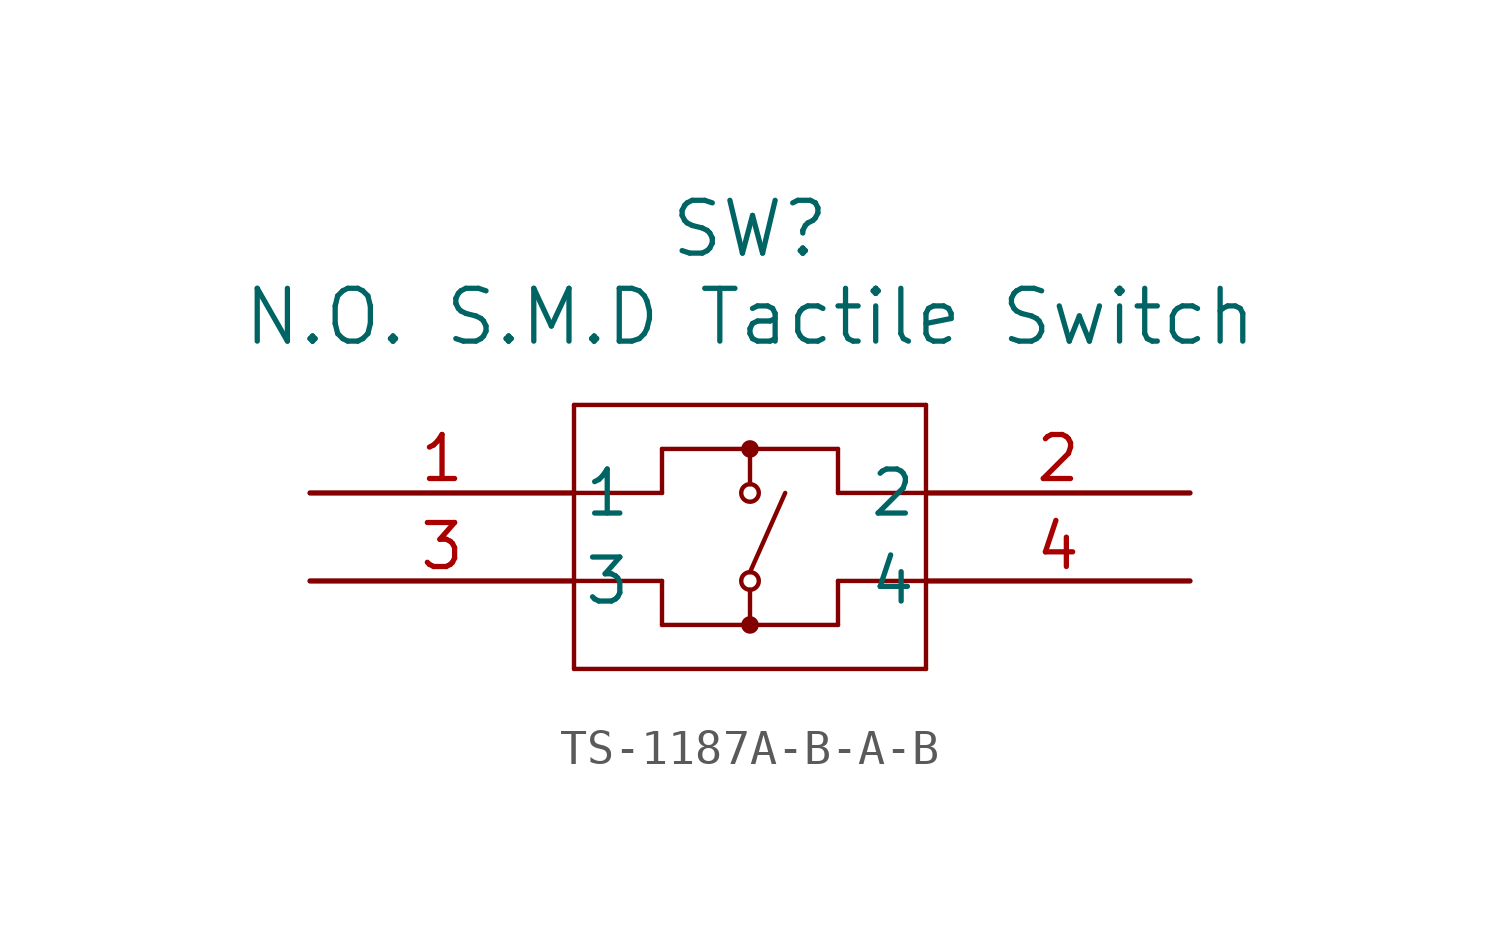
<source format=kicad_sym>
(kicad_symbol_lib
  (version 20231120)
  (generator "kicad_symbol_editor")
  (generator_version "8.0")
  (symbol "TS-1187A-B-A-B"
    (pin_names
      (offset 0.254))
    (property "Reference" "SW"
      (at 0 8.89 0)
      (effects (font (size 1.524 1.524))))
    (property "Value" "N.O. S.M.D Tactile Switch"
      (at 0 6.35 0)
      (effects (font (size 1.524 1.524))))
    (symbol "TS-1187A-B-A-B_0_1"
      (circle (center 0 -2.54) (radius 0.127) (stroke (width 0.254) (type default)) (fill (type none)))
      (circle (center 0 -1.27) (radius 0.254) (stroke (width 0.127) (type default)) (fill (type none)))
      (polyline (pts (xy -5.08 -3.81) (xy 5.08 -3.81)) (stroke (width 0.127) (type default)) (fill (type none)))
      (polyline (pts (xy -5.08 1.27) (xy -2.54 1.27)) (stroke (width 0.127) (type default)) (fill (type none)))
      (polyline (pts (xy -5.08 3.81) (xy -5.08 -3.81)) (stroke (width 0.127) (type default)) (fill (type none)))
      (polyline (pts (xy -2.54 -2.54) (xy -2.54 -1.27)) (stroke (width 0.127) (type default)) (fill (type none)))
      (polyline (pts (xy -2.54 -1.27) (xy -5.08 -1.27)) (stroke (width 0.127) (type default)) (fill (type none)))
      (polyline (pts (xy -2.54 1.27) (xy -2.54 2.54)) (stroke (width 0.127) (type default)) (fill (type none)))
      (polyline (pts (xy -2.54 2.54) (xy 2.54 2.54)) (stroke (width 0.127) (type default)) (fill (type none)))
      (polyline (pts (xy 0 -1.524) (xy 0 -2.54)) (stroke (width 0.127) (type default)) (fill (type none)))
      (polyline (pts (xy 0 2.54) (xy 0 1.524)) (stroke (width 0.127) (type default)) (fill (type none)))
      (polyline (pts (xy 1.016 1.27) (xy 0 -1.016)) (stroke (width 0.127) (type default)) (fill (type none)))
      (polyline (pts (xy 2.54 -2.54) (xy -2.54 -2.54)) (stroke (width 0.127) (type default)) (fill (type none)))
      (polyline (pts (xy 2.54 -1.27) (xy 2.54 -2.54)) (stroke (width 0.127) (type default)) (fill (type none)))
      (polyline (pts (xy 2.54 1.27) (xy 5.08 1.27)) (stroke (width 0.127) (type default)) (fill (type none)))
      (polyline (pts (xy 2.54 2.54) (xy 2.54 1.27)) (stroke (width 0.127) (type default)) (fill (type none)))
      (polyline (pts (xy 5.08 -3.81) (xy 5.08 3.81)) (stroke (width 0.127) (type default)) (fill (type none)))
      (polyline (pts (xy 5.08 -1.27) (xy 2.54 -1.27)) (stroke (width 0.127) (type default)) (fill (type none)))
      (polyline (pts (xy 5.08 3.81) (xy -5.08 3.81)) (stroke (width 0.127) (type default)) (fill (type none)))
      (circle (center 0 1.27) (radius 0.254) (stroke (width 0.127) (type default)) (fill (type none)))
      (circle (center 0 2.54) (radius 0.127) (stroke (width 0.254) (type default)) (fill (type none)))
      (pin passive line (at -12.7 1.27 0) (length 7.62) (name "1" (effects (font (size 1.27 1.27)))) (number "1" (effects (font (size 1.27 1.27)))))
      (pin passive line (at 12.7 1.27 180) (length 7.62) (name "2" (effects (font (size 1.27 1.27)))) (number "2" (effects (font (size 1.27 1.27)))))
      (pin passive line (at 12.7 -1.27 180) (length 7.62) (name "4" (effects (font (size 1.27 1.27)))) (number "4" (effects (font (size 1.27 1.27))))))
    (symbol "TS-1187A-B-A-B_1_1"
      (pin passive line (at -12.7 -1.27 0) (length 7.62) (name "3" (effects (font (size 1.27 1.27)))) (number "3" (effects (font (size 1.27 1.27))))))))
</source>
